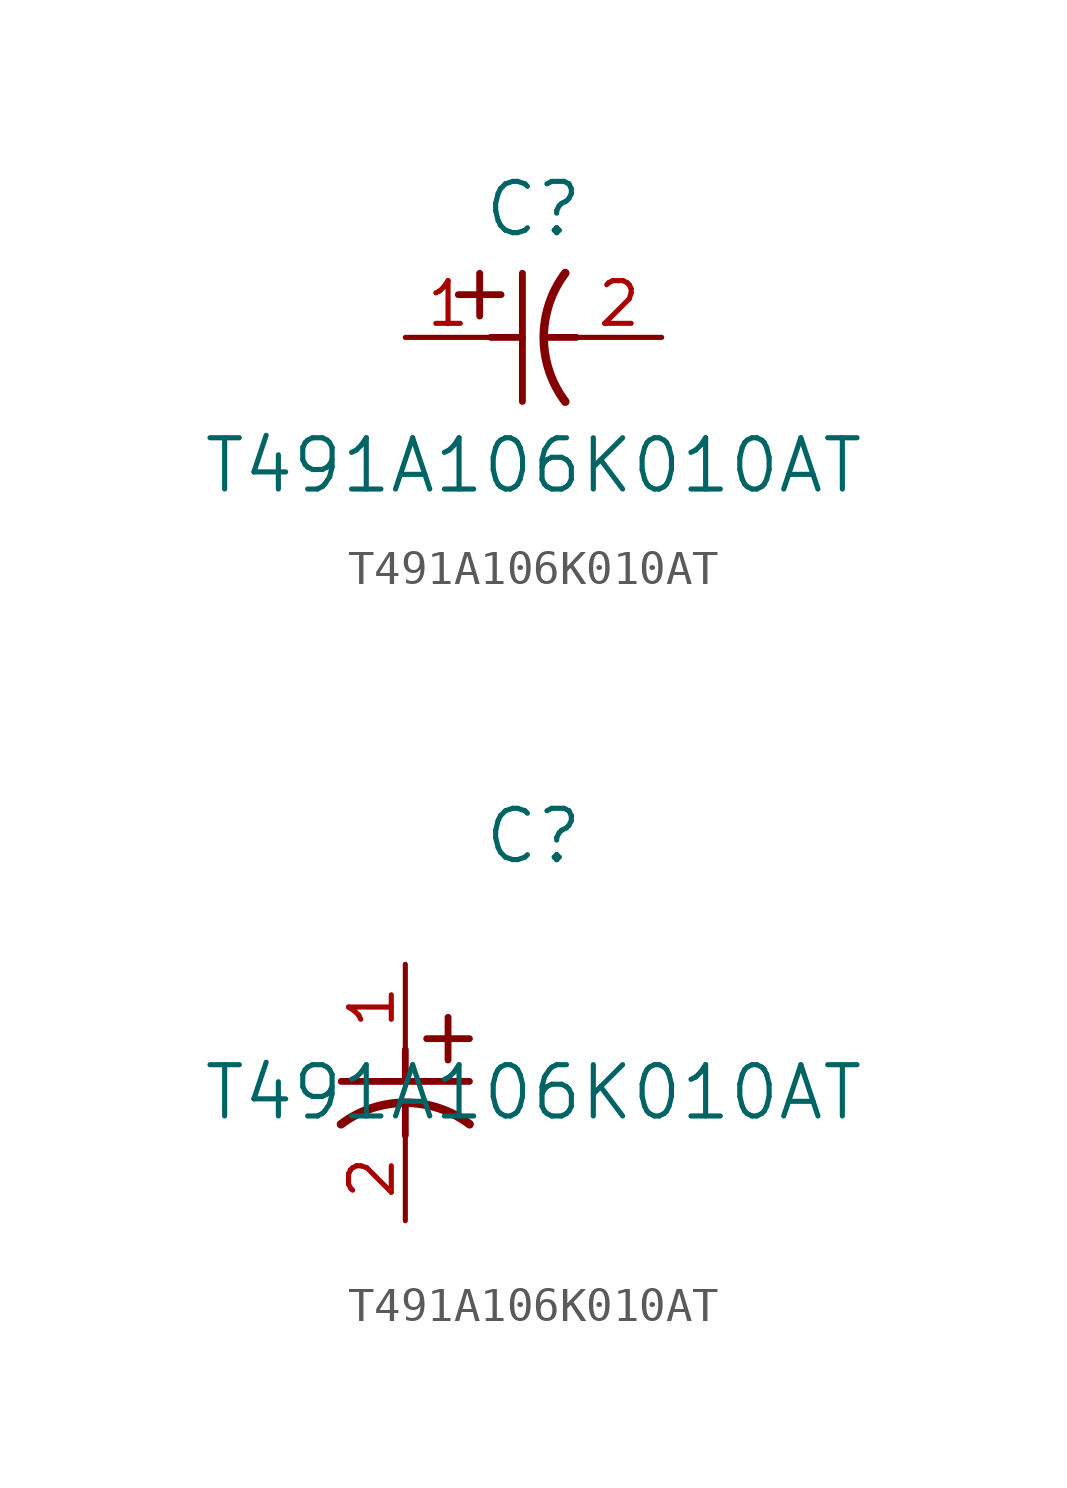
<source format=kicad_sym>
(kicad_symbol_lib
  (version 20211014)
  (generator kicad_symbol_editor)
  (symbol "T491A106K010AT"
    (pin_names
      (offset 0.254))
    (property "Reference" "C"
      (at 3.81 3.81 0)
      (effects (font (size 1.524 1.524))))
    (property "Value" "T491A106K010AT"
      (at 3.81 -3.81 0)
      (effects (font (size 1.524 1.524))))
    (symbol "T491A106K010AT_1_1"
      (polyline (pts (xy 2.21 0.635) (xy 2.21 1.905)) (stroke (width 0.203) (type default) (color 0 0 0 0)) (fill (type none)))
      (arc (start 4.754132 1.910763) (mid 4.1148 0) (end 4.754132 -1.910763) (stroke (width 0.254) (type default) (color 0 0 0 0)) (fill (type none)))
      (polyline (pts (xy 4.115 0) (xy 5.08 0)) (stroke (width 0.203) (type default) (color 0 0 0 0)) (fill (type none)))
      (polyline (pts (xy 3.48 -1.905) (xy 3.48 1.905)) (stroke (width 0.203) (type default) (color 0 0 0 0)) (fill (type none)))
      (polyline (pts (xy 1.575 1.27) (xy 2.845 1.27)) (stroke (width 0.203) (type default) (color 0 0 0 0)) (fill (type none)))
      (polyline (pts (xy 2.54 0) (xy 3.48 0)) (stroke (width 0.203) (type default) (color 0 0 0 0)) (fill (type none)))
      (pin unspecified line (at 0 0 0) (length 2.54) (name "" (effects (font (size 1.27 1.27)))) (number "1" (effects (font (size 1.27 1.27)))))
      (pin unspecified line (at 7.62 0 180) (length 2.54) (name "" (effects (font (size 1.27 1.27)))) (number "2" (effects (font (size 1.27 1.27))))))
    (symbol "T491A106K010AT_1_2"
      (polyline (pts (xy 0 -2.54) (xy 0 -3.48)) (stroke (width 0.203) (type default) (color 0 0 0 0)) (fill (type none)))
      (arc (start 1.910763 -4.754132) (mid 0 -4.1148) (end -1.910763 -4.754132) (stroke (width 0.254) (type default) (color 0 0 0 0)) (fill (type none)))
      (polyline (pts (xy -1.905 -3.48) (xy 1.905 -3.48)) (stroke (width 0.203) (type default) (color 0 0 0 0)) (fill (type none)))
      (polyline (pts (xy 0.635 -2.21) (xy 1.905 -2.21)) (stroke (width 0.203) (type default) (color 0 0 0 0)) (fill (type none)))
      (polyline (pts (xy 1.27 -1.575) (xy 1.27 -2.845)) (stroke (width 0.203) (type default) (color 0 0 0 0)) (fill (type none)))
      (polyline (pts (xy 0 -4.115) (xy 0 -5.08)) (stroke (width 0.203) (type default) (color 0 0 0 0)) (fill (type none)))
      (pin unspecified line (at 0 0 270) (length 2.54) (name "" (effects (font (size 1.27 1.27)))) (number "1" (effects (font (size 1.27 1.27)))))
      (pin unspecified line (at 0 -7.62 90) (length 2.54) (name "" (effects (font (size 1.27 1.27)))) (number "2" (effects (font (size 1.27 1.27))))))))
</source>
